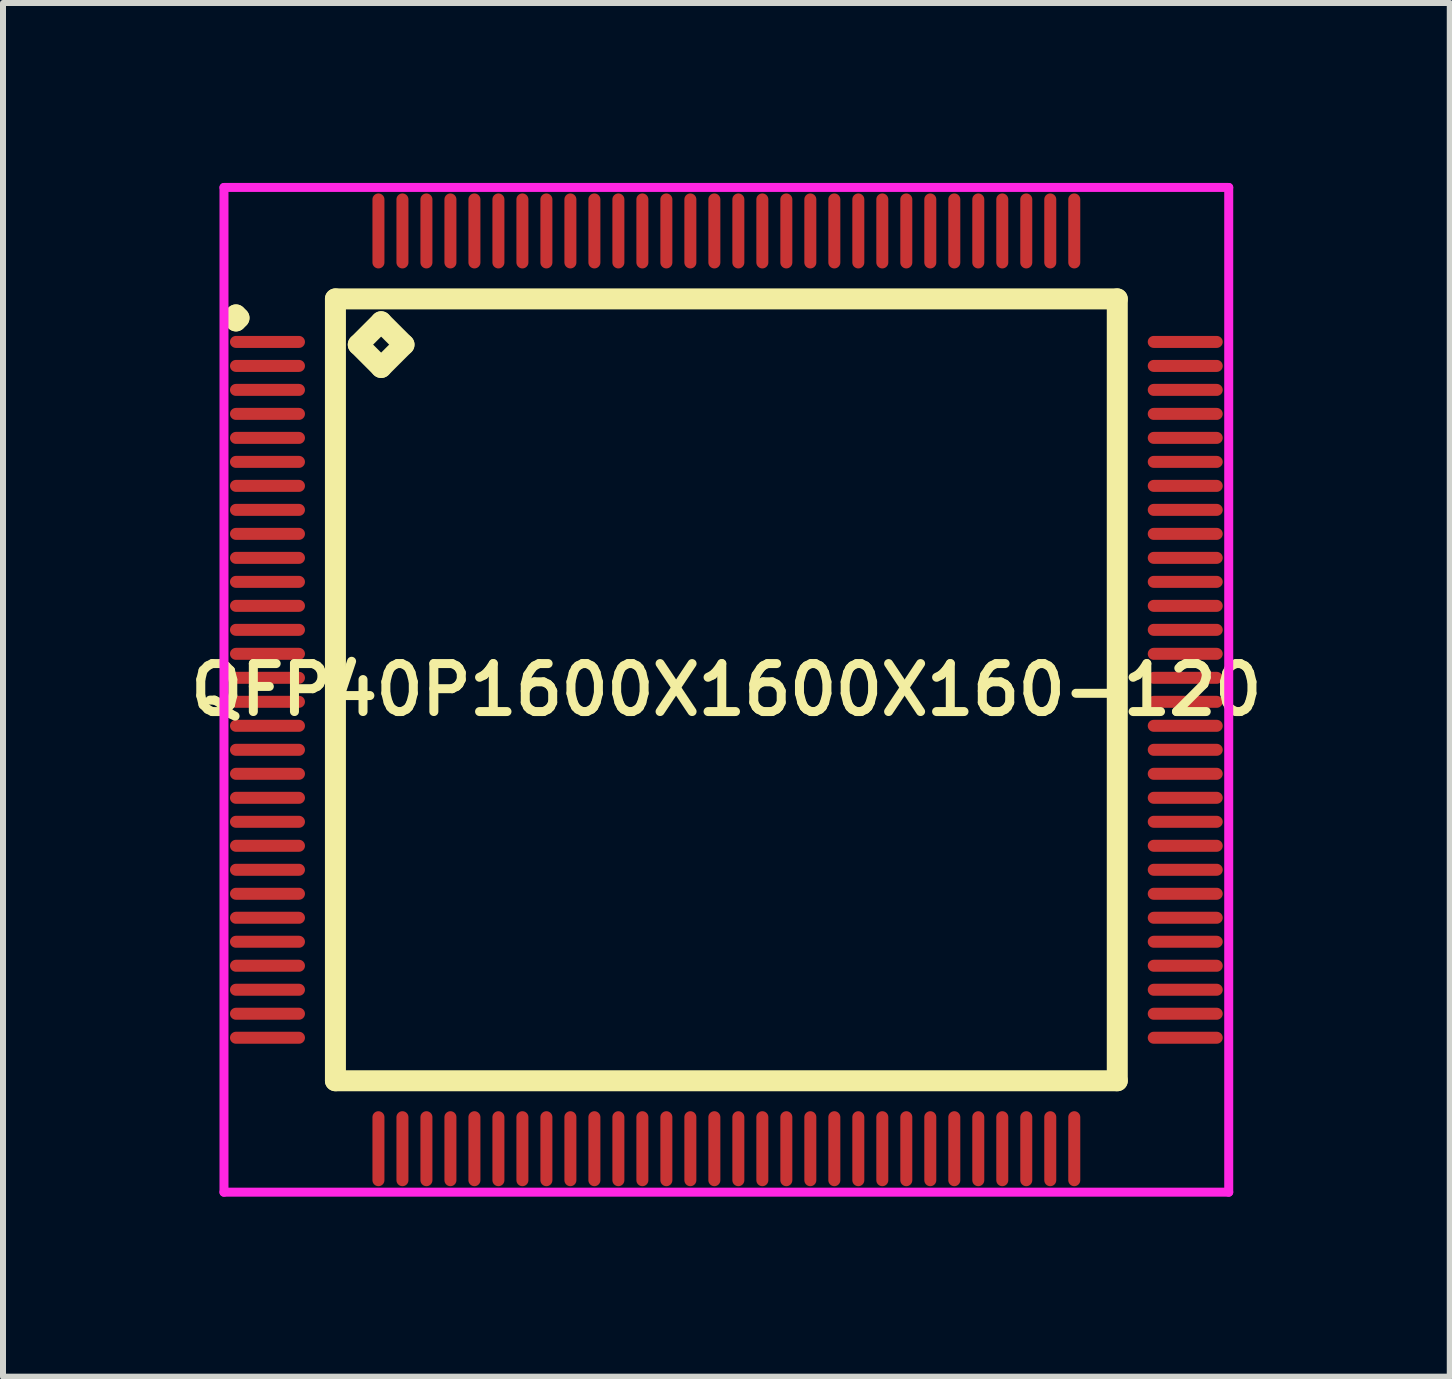
<source format=kicad_pcb>
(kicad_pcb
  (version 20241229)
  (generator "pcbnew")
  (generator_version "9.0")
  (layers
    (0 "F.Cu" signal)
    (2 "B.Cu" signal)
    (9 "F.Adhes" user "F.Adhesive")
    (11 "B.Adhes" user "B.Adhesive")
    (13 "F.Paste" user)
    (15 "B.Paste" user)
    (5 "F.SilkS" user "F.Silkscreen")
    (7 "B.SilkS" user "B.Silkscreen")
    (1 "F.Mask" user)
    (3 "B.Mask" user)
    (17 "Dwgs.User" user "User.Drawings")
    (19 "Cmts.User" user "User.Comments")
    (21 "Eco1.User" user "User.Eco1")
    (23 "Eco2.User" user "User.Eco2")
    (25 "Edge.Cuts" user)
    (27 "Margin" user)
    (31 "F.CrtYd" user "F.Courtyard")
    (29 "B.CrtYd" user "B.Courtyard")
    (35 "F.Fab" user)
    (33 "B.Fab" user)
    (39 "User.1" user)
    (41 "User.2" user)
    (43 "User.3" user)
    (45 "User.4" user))
  (footprint "QFP40P1600X1600X160-120"
    (layer "F.Cu")
    (at 9.059 8.45)
    (property "Reference" "QFP40P1600X1600X160-120" (at 0 0 0) (layer "F.SilkS") (effects (font (size 0.8 0.8) (thickness 0.15))))
    (attr through_hole)
    (fp_line (start -8.225 -6.2) (end -8.175 -6.25) (stroke (width 0.35) (type solid)) (layer "F.SilkS"))
    (fp_line (start -8.175 -6.25) (end -8.125 -6.2) (stroke (width 0.35) (type solid)) (layer "F.SilkS"))
    (fp_line (start -8.175 -6.15) (end -8.225 -6.2) (stroke (width 0.35) (type solid)) (layer "F.SilkS"))
    (fp_line (start -8.125 -6.2) (end -8.175 -6.15) (stroke (width 0.35) (type solid)) (layer "F.SilkS"))
    (fp_line (start -6.517 -6.517) (end -6.517 6.517) (stroke (width 0.35) (type solid)) (layer "F.SilkS"))
    (fp_line (start -6.517 6.517) (end 6.517 6.517) (stroke (width 0.35) (type solid)) (layer "F.SilkS"))
    (fp_line (start -6.136 -5.755) (end -5.755 -6.136) (stroke (width 0.35) (type solid)) (layer "F.SilkS"))
    (fp_line (start -5.755 -6.136) (end -5.374 -5.755) (stroke (width 0.35) (type solid)) (layer "F.SilkS"))
    (fp_line (start -5.755 -5.374) (end -6.136 -5.755) (stroke (width 0.35) (type solid)) (layer "F.SilkS"))
    (fp_line (start -5.374 -5.755) (end -5.755 -5.374) (stroke (width 0.35) (type solid)) (layer "F.SilkS"))
    (fp_line (start 6.517 -6.517) (end -6.517 -6.517) (stroke (width 0.35) (type solid)) (layer "F.SilkS"))
    (fp_line (start 6.517 6.517) (end 6.517 -6.517) (stroke (width 0.35) (type solid)) (layer "F.SilkS"))
    (fp_line (start -8.375 -8.375) (end 8.375 -8.375) (stroke (width 0.15) (type solid)) (layer "F.CrtYd"))
    (fp_line (start -8.375 8.375) (end -8.375 -8.375) (stroke (width 0.15) (type solid)) (layer "F.CrtYd"))
    (fp_line (start 8.375 -8.375) (end 8.375 8.375) (stroke (width 0.15) (type solid)) (layer "F.CrtYd"))
    (fp_line (start 8.375 8.375) (end -8.375 8.375) (stroke (width 0.15) (type solid)) (layer "F.CrtYd"))
    (pad "1" smd oval (at -7.65 -5.8) (size 1.25 0.2) (layers "F.Cu" "F.Mask" "F.Paste"))
    (pad "2" smd oval (at -7.65 -5.4) (size 1.25 0.2) (layers "F.Cu" "F.Mask" "F.Paste"))
    (pad "3" smd oval (at -7.65 -5) (size 1.25 0.2) (layers "F.Cu" "F.Mask" "F.Paste"))
    (pad "4" smd oval (at -7.65 -4.6) (size 1.25 0.2) (layers "F.Cu" "F.Mask" "F.Paste"))
    (pad "5" smd oval (at -7.65 -4.2) (size 1.25 0.2) (layers "F.Cu" "F.Mask" "F.Paste"))
    (pad "6" smd oval (at -7.65 -3.8) (size 1.25 0.2) (layers "F.Cu" "F.Mask" "F.Paste"))
    (pad "7" smd oval (at -7.65 -3.4) (size 1.25 0.2) (layers "F.Cu" "F.Mask" "F.Paste"))
    (pad "8" smd oval (at -7.65 -3) (size 1.25 0.2) (layers "F.Cu" "F.Mask" "F.Paste"))
    (pad "9" smd oval (at -7.65 -2.6) (size 1.25 0.2) (layers "F.Cu" "F.Mask" "F.Paste"))
    (pad "10" smd oval (at -7.65 -2.2) (size 1.25 0.2) (layers "F.Cu" "F.Mask" "F.Paste"))
    (pad "11" smd oval (at -7.65 -1.8) (size 1.25 0.2) (layers "F.Cu" "F.Mask" "F.Paste"))
    (pad "12" smd oval (at -7.65 -1.4) (size 1.25 0.2) (layers "F.Cu" "F.Mask" "F.Paste"))
    (pad "13" smd oval (at -7.65 -1) (size 1.25 0.2) (layers "F.Cu" "F.Mask" "F.Paste"))
    (pad "14" smd oval (at -7.65 -0.6) (size 1.25 0.2) (layers "F.Cu" "F.Mask" "F.Paste"))
    (pad "15" smd oval (at -7.65 -0.2) (size 1.25 0.2) (layers "F.Cu" "F.Mask" "F.Paste"))
    (pad "16" smd oval (at -7.65 0.2) (size 1.25 0.2) (layers "F.Cu" "F.Mask" "F.Paste"))
    (pad "17" smd oval (at -7.65 0.6) (size 1.25 0.2) (layers "F.Cu" "F.Mask" "F.Paste"))
    (pad "18" smd oval (at -7.65 1) (size 1.25 0.2) (layers "F.Cu" "F.Mask" "F.Paste"))
    (pad "19" smd oval (at -7.65 1.4) (size 1.25 0.2) (layers "F.Cu" "F.Mask" "F.Paste"))
    (pad "20" smd oval (at -7.65 1.8) (size 1.25 0.2) (layers "F.Cu" "F.Mask" "F.Paste"))
    (pad "21" smd oval (at -7.65 2.2) (size 1.25 0.2) (layers "F.Cu" "F.Mask" "F.Paste"))
    (pad "22" smd oval (at -7.65 2.6) (size 1.25 0.2) (layers "F.Cu" "F.Mask" "F.Paste"))
    (pad "23" smd oval (at -7.65 3) (size 1.25 0.2) (layers "F.Cu" "F.Mask" "F.Paste"))
    (pad "24" smd oval (at -7.65 3.4) (size 1.25 0.2) (layers "F.Cu" "F.Mask" "F.Paste"))
    (pad "25" smd oval (at -7.65 3.8) (size 1.25 0.2) (layers "F.Cu" "F.Mask" "F.Paste"))
    (pad "26" smd oval (at -7.65 4.2) (size 1.25 0.2) (layers "F.Cu" "F.Mask" "F.Paste"))
    (pad "27" smd oval (at -7.65 4.6) (size 1.25 0.2) (layers "F.Cu" "F.Mask" "F.Paste"))
    (pad "28" smd oval (at -7.65 5) (size 1.25 0.2) (layers "F.Cu" "F.Mask" "F.Paste"))
    (pad "29" smd oval (at -7.65 5.4) (size 1.25 0.2) (layers "F.Cu" "F.Mask" "F.Paste"))
    (pad "30" smd oval (at -7.65 5.8) (size 1.25 0.2) (layers "F.Cu" "F.Mask" "F.Paste"))
    (pad "31" smd oval (at -5.8 7.65) (size 0.2 1.25) (layers "F.Cu" "F.Mask" "F.Paste"))
    (pad "32" smd oval (at -5.4 7.65) (size 0.2 1.25) (layers "F.Cu" "F.Mask" "F.Paste"))
    (pad "33" smd oval (at -5 7.65) (size 0.2 1.25) (layers "F.Cu" "F.Mask" "F.Paste"))
    (pad "34" smd oval (at -4.6 7.65) (size 0.2 1.25) (layers "F.Cu" "F.Mask" "F.Paste"))
    (pad "35" smd oval (at -4.2 7.65) (size 0.2 1.25) (layers "F.Cu" "F.Mask" "F.Paste"))
    (pad "36" smd oval (at -3.8 7.65) (size 0.2 1.25) (layers "F.Cu" "F.Mask" "F.Paste"))
    (pad "37" smd oval (at -3.4 7.65) (size 0.2 1.25) (layers "F.Cu" "F.Mask" "F.Paste"))
    (pad "38" smd oval (at -3 7.65) (size 0.2 1.25) (layers "F.Cu" "F.Mask" "F.Paste"))
    (pad "39" smd oval (at -2.6 7.65) (size 0.2 1.25) (layers "F.Cu" "F.Mask" "F.Paste"))
    (pad "40" smd oval (at -2.2 7.65) (size 0.2 1.25) (layers "F.Cu" "F.Mask" "F.Paste"))
    (pad "41" smd oval (at -1.8 7.65) (size 0.2 1.25) (layers "F.Cu" "F.Mask" "F.Paste"))
    (pad "42" smd oval (at -1.4 7.65) (size 0.2 1.25) (layers "F.Cu" "F.Mask" "F.Paste"))
    (pad "43" smd oval (at -1 7.65) (size 0.2 1.25) (layers "F.Cu" "F.Mask" "F.Paste"))
    (pad "44" smd oval (at -0.6 7.65) (size 0.2 1.25) (layers "F.Cu" "F.Mask" "F.Paste"))
    (pad "45" smd oval (at -0.2 7.65) (size 0.2 1.25) (layers "F.Cu" "F.Mask" "F.Paste"))
    (pad "46" smd oval (at 0.2 7.65) (size 0.2 1.25) (layers "F.Cu" "F.Mask" "F.Paste"))
    (pad "47" smd oval (at 0.6 7.65) (size 0.2 1.25) (layers "F.Cu" "F.Mask" "F.Paste"))
    (pad "48" smd oval (at 1 7.65) (size 0.2 1.25) (layers "F.Cu" "F.Mask" "F.Paste"))
    (pad "49" smd oval (at 1.4 7.65) (size 0.2 1.25) (layers "F.Cu" "F.Mask" "F.Paste"))
    (pad "50" smd oval (at 1.8 7.65) (size 0.2 1.25) (layers "F.Cu" "F.Mask" "F.Paste"))
    (pad "51" smd oval (at 2.2 7.65) (size 0.2 1.25) (layers "F.Cu" "F.Mask" "F.Paste"))
    (pad "52" smd oval (at 2.6 7.65) (size 0.2 1.25) (layers "F.Cu" "F.Mask" "F.Paste"))
    (pad "53" smd oval (at 3 7.65) (size 0.2 1.25) (layers "F.Cu" "F.Mask" "F.Paste"))
    (pad "54" smd oval (at 3.4 7.65) (size 0.2 1.25) (layers "F.Cu" "F.Mask" "F.Paste"))
    (pad "55" smd oval (at 3.8 7.65) (size 0.2 1.25) (layers "F.Cu" "F.Mask" "F.Paste"))
    (pad "56" smd oval (at 4.2 7.65) (size 0.2 1.25) (layers "F.Cu" "F.Mask" "F.Paste"))
    (pad "57" smd oval (at 4.6 7.65) (size 0.2 1.25) (layers "F.Cu" "F.Mask" "F.Paste"))
    (pad "58" smd oval (at 5 7.65) (size 0.2 1.25) (layers "F.Cu" "F.Mask" "F.Paste"))
    (pad "59" smd oval (at 5.4 7.65) (size 0.2 1.25) (layers "F.Cu" "F.Mask" "F.Paste"))
    (pad "60" smd oval (at 5.8 7.65) (size 0.2 1.25) (layers "F.Cu" "F.Mask" "F.Paste"))
    (pad "61" smd oval (at 7.65 5.8) (size 1.25 0.2) (layers "F.Cu" "F.Mask" "F.Paste"))
    (pad "62" smd oval (at 7.65 5.4) (size 1.25 0.2) (layers "F.Cu" "F.Mask" "F.Paste"))
    (pad "63" smd oval (at 7.65 5) (size 1.25 0.2) (layers "F.Cu" "F.Mask" "F.Paste"))
    (pad "64" smd oval (at 7.65 4.6) (size 1.25 0.2) (layers "F.Cu" "F.Mask" "F.Paste"))
    (pad "65" smd oval (at 7.65 4.2) (size 1.25 0.2) (layers "F.Cu" "F.Mask" "F.Paste"))
    (pad "66" smd oval (at 7.65 3.8) (size 1.25 0.2) (layers "F.Cu" "F.Mask" "F.Paste"))
    (pad "67" smd oval (at 7.65 3.4) (size 1.25 0.2) (layers "F.Cu" "F.Mask" "F.Paste"))
    (pad "68" smd oval (at 7.65 3) (size 1.25 0.2) (layers "F.Cu" "F.Mask" "F.Paste"))
    (pad "69" smd oval (at 7.65 2.6) (size 1.25 0.2) (layers "F.Cu" "F.Mask" "F.Paste"))
    (pad "70" smd oval (at 7.65 2.2) (size 1.25 0.2) (layers "F.Cu" "F.Mask" "F.Paste"))
    (pad "71" smd oval (at 7.65 1.8) (size 1.25 0.2) (layers "F.Cu" "F.Mask" "F.Paste"))
    (pad "72" smd oval (at 7.65 1.4) (size 1.25 0.2) (layers "F.Cu" "F.Mask" "F.Paste"))
    (pad "73" smd oval (at 7.65 1) (size 1.25 0.2) (layers "F.Cu" "F.Mask" "F.Paste"))
    (pad "74" smd oval (at 7.65 0.6) (size 1.25 0.2) (layers "F.Cu" "F.Mask" "F.Paste"))
    (pad "75" smd oval (at 7.65 0.2) (size 1.25 0.2) (layers "F.Cu" "F.Mask" "F.Paste"))
    (pad "76" smd oval (at 7.65 -0.2) (size 1.25 0.2) (layers "F.Cu" "F.Mask" "F.Paste"))
    (pad "77" smd oval (at 7.65 -0.6) (size 1.25 0.2) (layers "F.Cu" "F.Mask" "F.Paste"))
    (pad "78" smd oval (at 7.65 -1) (size 1.25 0.2) (layers "F.Cu" "F.Mask" "F.Paste"))
    (pad "79" smd oval (at 7.65 -1.4) (size 1.25 0.2) (layers "F.Cu" "F.Mask" "F.Paste"))
    (pad "80" smd oval (at 7.65 -1.8) (size 1.25 0.2) (layers "F.Cu" "F.Mask" "F.Paste"))
    (pad "81" smd oval (at 7.65 -2.2) (size 1.25 0.2) (layers "F.Cu" "F.Mask" "F.Paste"))
    (pad "82" smd oval (at 7.65 -2.6) (size 1.25 0.2) (layers "F.Cu" "F.Mask" "F.Paste"))
    (pad "83" smd oval (at 7.65 -3) (size 1.25 0.2) (layers "F.Cu" "F.Mask" "F.Paste"))
    (pad "84" smd oval (at 7.65 -3.4) (size 1.25 0.2) (layers "F.Cu" "F.Mask" "F.Paste"))
    (pad "85" smd oval (at 7.65 -3.8) (size 1.25 0.2) (layers "F.Cu" "F.Mask" "F.Paste"))
    (pad "86" smd oval (at 7.65 -4.2) (size 1.25 0.2) (layers "F.Cu" "F.Mask" "F.Paste"))
    (pad "87" smd oval (at 7.65 -4.6) (size 1.25 0.2) (layers "F.Cu" "F.Mask" "F.Paste"))
    (pad "88" smd oval (at 7.65 -5) (size 1.25 0.2) (layers "F.Cu" "F.Mask" "F.Paste"))
    (pad "89" smd oval (at 7.65 -5.4) (size 1.25 0.2) (layers "F.Cu" "F.Mask" "F.Paste"))
    (pad "90" smd oval (at 7.65 -5.8) (size 1.25 0.2) (layers "F.Cu" "F.Mask" "F.Paste"))
    (pad "91" smd oval (at 5.8 -7.65) (size 0.2 1.25) (layers "F.Cu" "F.Mask" "F.Paste"))
    (pad "92" smd oval (at 5.4 -7.65) (size 0.2 1.25) (layers "F.Cu" "F.Mask" "F.Paste"))
    (pad "93" smd oval (at 5 -7.65) (size 0.2 1.25) (layers "F.Cu" "F.Mask" "F.Paste"))
    (pad "94" smd oval (at 4.6 -7.65) (size 0.2 1.25) (layers "F.Cu" "F.Mask" "F.Paste"))
    (pad "95" smd oval (at 4.2 -7.65) (size 0.2 1.25) (layers "F.Cu" "F.Mask" "F.Paste"))
    (pad "96" smd oval (at 3.8 -7.65) (size 0.2 1.25) (layers "F.Cu" "F.Mask" "F.Paste"))
    (pad "97" smd oval (at 3.4 -7.65) (size 0.2 1.25) (layers "F.Cu" "F.Mask" "F.Paste"))
    (pad "98" smd oval (at 3 -7.65) (size 0.2 1.25) (layers "F.Cu" "F.Mask" "F.Paste"))
    (pad "99" smd oval (at 2.6 -7.65) (size 0.2 1.25) (layers "F.Cu" "F.Mask" "F.Paste"))
    (pad "100" smd oval (at 2.2 -7.65) (size 0.2 1.25) (layers "F.Cu" "F.Mask" "F.Paste"))
    (pad "101" smd oval (at 1.8 -7.65) (size 0.2 1.25) (layers "F.Cu" "F.Mask" "F.Paste"))
    (pad "102" smd oval (at 1.4 -7.65) (size 0.2 1.25) (layers "F.Cu" "F.Mask" "F.Paste"))
    (pad "103" smd oval (at 1 -7.65) (size 0.2 1.25) (layers "F.Cu" "F.Mask" "F.Paste"))
    (pad "104" smd oval (at 0.6 -7.65) (size 0.2 1.25) (layers "F.Cu" "F.Mask" "F.Paste"))
    (pad "105" smd oval (at 0.2 -7.65) (size 0.2 1.25) (layers "F.Cu" "F.Mask" "F.Paste"))
    (pad "106" smd oval (at -0.2 -7.65) (size 0.2 1.25) (layers "F.Cu" "F.Mask" "F.Paste"))
    (pad "107" smd oval (at -0.6 -7.65) (size 0.2 1.25) (layers "F.Cu" "F.Mask" "F.Paste"))
    (pad "108" smd oval (at -1 -7.65) (size 0.2 1.25) (layers "F.Cu" "F.Mask" "F.Paste"))
    (pad "109" smd oval (at -1.4 -7.65) (size 0.2 1.25) (layers "F.Cu" "F.Mask" "F.Paste"))
    (pad "110" smd oval (at -1.8 -7.65) (size 0.2 1.25) (layers "F.Cu" "F.Mask" "F.Paste"))
    (pad "111" smd oval (at -2.2 -7.65) (size 0.2 1.25) (layers "F.Cu" "F.Mask" "F.Paste"))
    (pad "112" smd oval (at -2.6 -7.65) (size 0.2 1.25) (layers "F.Cu" "F.Mask" "F.Paste"))
    (pad "113" smd oval (at -3 -7.65) (size 0.2 1.25) (layers "F.Cu" "F.Mask" "F.Paste"))
    (pad "114" smd oval (at -3.4 -7.65) (size 0.2 1.25) (layers "F.Cu" "F.Mask" "F.Paste"))
    (pad "115" smd oval (at -3.8 -7.65) (size 0.2 1.25) (layers "F.Cu" "F.Mask" "F.Paste"))
    (pad "116" smd oval (at -4.2 -7.65) (size 0.2 1.25) (layers "F.Cu" "F.Mask" "F.Paste"))
    (pad "117" smd oval (at -4.6 -7.65) (size 0.2 1.25) (layers "F.Cu" "F.Mask" "F.Paste"))
    (pad "118" smd oval (at -5 -7.65) (size 0.2 1.25) (layers "F.Cu" "F.Mask" "F.Paste"))
    (pad "119" smd oval (at -5.4 -7.65) (size 0.2 1.25) (layers "F.Cu" "F.Mask" "F.Paste"))
    (pad "120" smd oval (at -5.8 -7.65) (size 0.2 1.25) (layers "F.Cu" "F.Mask" "F.Paste")))
  (gr_rect
    (start -3 -3)
    (end 21.119 19.9)
    (stroke (width 0.1) (type default))
    (fill no)
    (layer "Edge.Cuts")))
</source>
